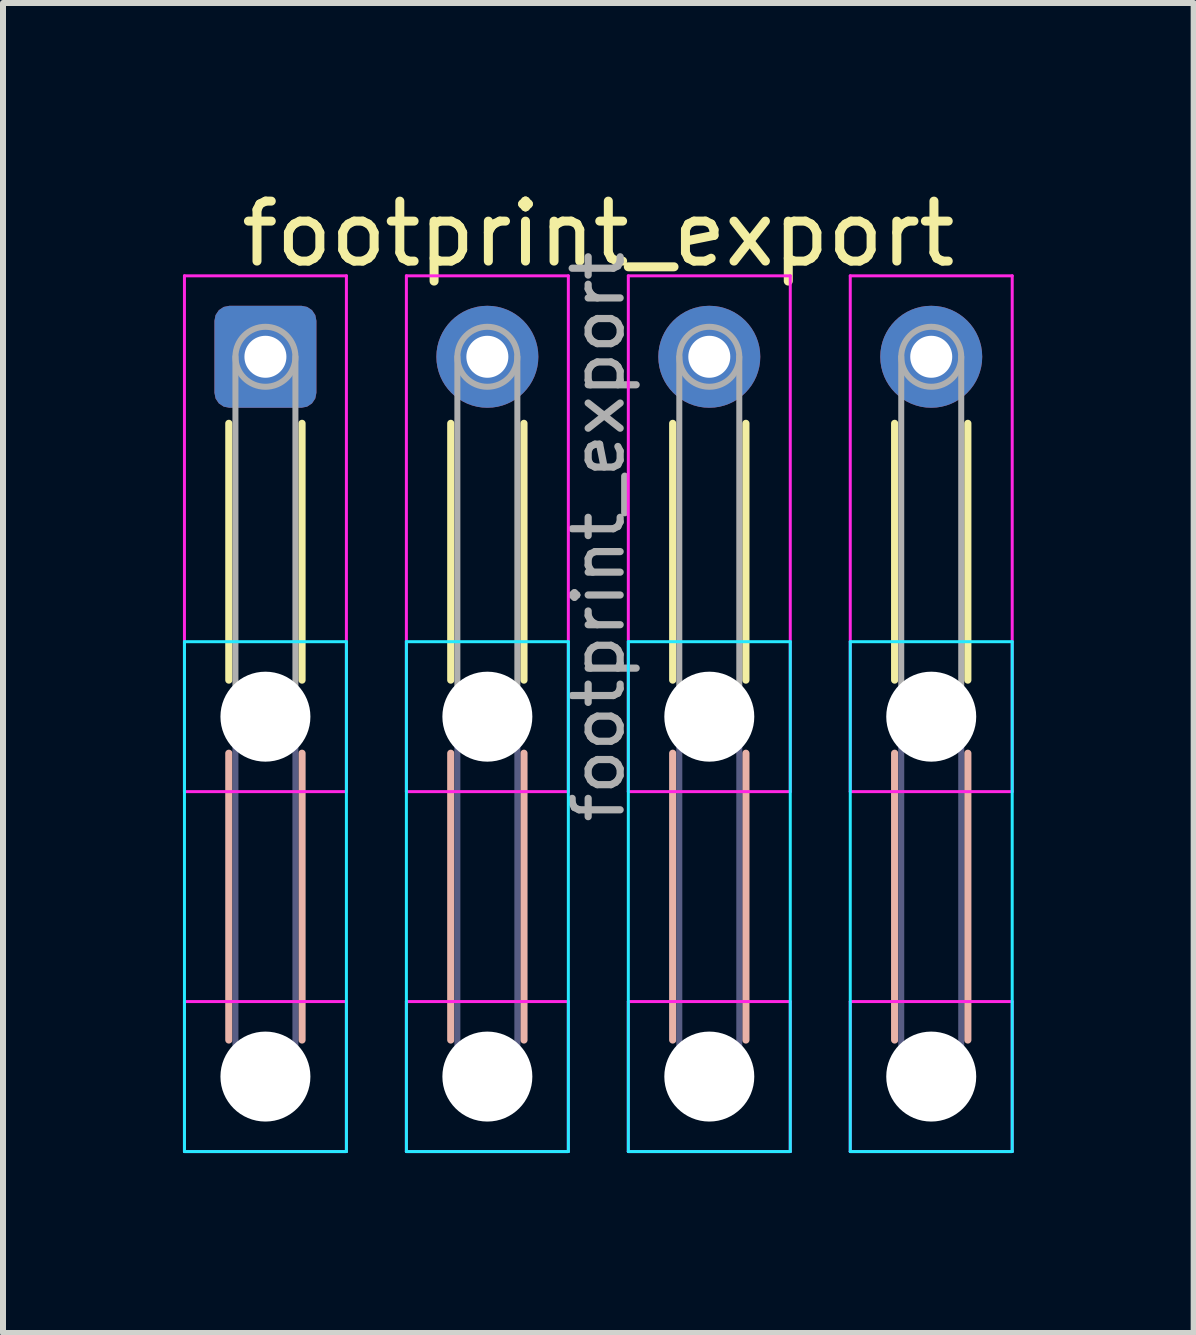
<source format=kicad_pcb>
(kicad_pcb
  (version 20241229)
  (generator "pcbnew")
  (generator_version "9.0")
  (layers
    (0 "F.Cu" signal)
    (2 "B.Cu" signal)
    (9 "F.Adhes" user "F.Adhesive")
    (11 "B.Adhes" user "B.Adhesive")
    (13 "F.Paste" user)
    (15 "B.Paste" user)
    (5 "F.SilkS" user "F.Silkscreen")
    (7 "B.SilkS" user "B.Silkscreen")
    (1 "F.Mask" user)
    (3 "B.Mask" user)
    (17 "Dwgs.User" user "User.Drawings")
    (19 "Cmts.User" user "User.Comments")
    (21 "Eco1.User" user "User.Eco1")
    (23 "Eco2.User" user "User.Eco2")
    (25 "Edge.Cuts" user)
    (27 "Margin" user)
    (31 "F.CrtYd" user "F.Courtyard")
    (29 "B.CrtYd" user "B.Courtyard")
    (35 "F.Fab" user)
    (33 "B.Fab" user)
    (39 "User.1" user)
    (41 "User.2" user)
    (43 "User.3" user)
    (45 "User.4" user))
  (footprint "footprint_export"
    (layer "F.Cu")
    (at 1.375 2.898)
    (property "Reference" "footprint_export" (at 5.55 -2.05 0) (layer "F.SilkS") (effects (font (size 1 1) (thickness 0.15))))
    (attr exclude_from_pos_files exclude_from_bom)
    (fp_line (start -0.61 1.11) (end -0.61 5.39) (stroke (width 0.12) (type solid)) (layer "F.SilkS"))
    (fp_line (start 0.61 1.11) (end 0.61 5.39) (stroke (width 0.12) (type solid)) (layer "F.SilkS"))
    (fp_line (start 3.09 1.11) (end 3.09 5.39) (stroke (width 0.12) (type solid)) (layer "F.SilkS"))
    (fp_line (start 4.31 1.11) (end 4.31 5.39) (stroke (width 0.12) (type solid)) (layer "F.SilkS"))
    (fp_line (start 6.79 1.11) (end 6.79 5.39) (stroke (width 0.12) (type solid)) (layer "F.SilkS"))
    (fp_line (start 8.01 1.11) (end 8.01 5.39) (stroke (width 0.12) (type solid)) (layer "F.SilkS"))
    (fp_line (start 10.49 1.11) (end 10.49 5.39) (stroke (width 0.12) (type solid)) (layer "F.SilkS"))
    (fp_line (start 11.71 1.11) (end 11.71 5.39) (stroke (width 0.12) (type solid)) (layer "F.SilkS"))
    (fp_line (start -0.61 6.61) (end -0.61 11.39) (stroke (width 0.12) (type solid)) (layer "B.SilkS"))
    (fp_line (start 0.61 6.61) (end 0.61 11.39) (stroke (width 0.12) (type solid)) (layer "B.SilkS"))
    (fp_line (start 3.09 6.61) (end 3.09 11.39) (stroke (width 0.12) (type solid)) (layer "B.SilkS"))
    (fp_line (start 4.31 6.61) (end 4.31 11.39) (stroke (width 0.12) (type solid)) (layer "B.SilkS"))
    (fp_line (start 6.79 6.61) (end 6.79 11.39) (stroke (width 0.12) (type solid)) (layer "B.SilkS"))
    (fp_line (start 8.01 6.61) (end 8.01 11.39) (stroke (width 0.12) (type solid)) (layer "B.SilkS"))
    (fp_line (start 10.49 6.61) (end 10.49 11.39) (stroke (width 0.12) (type solid)) (layer "B.SilkS"))
    (fp_line (start 11.71 6.61) (end 11.71 11.39) (stroke (width 0.12) (type solid)) (layer "B.SilkS"))
    (fp_line (start -1.35 4.75) (end -1.35 13.25) (stroke (width 0.05) (type solid)) (layer "B.CrtYd"))
    (fp_line (start -1.35 13.25) (end 1.35 13.25) (stroke (width 0.05) (type solid)) (layer "B.CrtYd"))
    (fp_line (start 1.35 4.75) (end -1.35 4.75) (stroke (width 0.05) (type solid)) (layer "B.CrtYd"))
    (fp_line (start 1.35 13.25) (end 1.35 4.75) (stroke (width 0.05) (type solid)) (layer "B.CrtYd"))
    (fp_line (start 2.35 4.75) (end 2.35 13.25) (stroke (width 0.05) (type solid)) (layer "B.CrtYd"))
    (fp_line (start 2.35 13.25) (end 5.05 13.25) (stroke (width 0.05) (type solid)) (layer "B.CrtYd"))
    (fp_line (start 5.05 4.75) (end 2.35 4.75) (stroke (width 0.05) (type solid)) (layer "B.CrtYd"))
    (fp_line (start 5.05 13.25) (end 5.05 4.75) (stroke (width 0.05) (type solid)) (layer "B.CrtYd"))
    (fp_line (start 6.05 4.75) (end 6.05 13.25) (stroke (width 0.05) (type solid)) (layer "B.CrtYd"))
    (fp_line (start 6.05 13.25) (end 8.75 13.25) (stroke (width 0.05) (type solid)) (layer "B.CrtYd"))
    (fp_line (start 8.75 4.75) (end 6.05 4.75) (stroke (width 0.05) (type solid)) (layer "B.CrtYd"))
    (fp_line (start 8.75 13.25) (end 8.75 4.75) (stroke (width 0.05) (type solid)) (layer "B.CrtYd"))
    (fp_line (start 9.75 4.75) (end 9.75 13.25) (stroke (width 0.05) (type solid)) (layer "B.CrtYd"))
    (fp_line (start 9.75 13.25) (end 12.45 13.25) (stroke (width 0.05) (type solid)) (layer "B.CrtYd"))
    (fp_line (start 12.45 4.75) (end 9.75 4.75) (stroke (width 0.05) (type solid)) (layer "B.CrtYd"))
    (fp_line (start 12.45 13.25) (end 12.45 4.75) (stroke (width 0.05) (type solid)) (layer "B.CrtYd"))
    (fp_line (start -1.35 -1.35) (end -1.35 7.25) (stroke (width 0.05) (type solid)) (layer "F.CrtYd"))
    (fp_line (start -1.35 7.25) (end 1.35 7.25) (stroke (width 0.05) (type solid)) (layer "F.CrtYd"))
    (fp_line (start -1.35 10.75) (end -1.35 13.25) (stroke (width 0.05) (type solid)) (layer "F.CrtYd"))
    (fp_line (start -1.35 13.25) (end 1.35 13.25) (stroke (width 0.05) (type solid)) (layer "F.CrtYd"))
    (fp_line (start 1.35 -1.35) (end -1.35 -1.35) (stroke (width 0.05) (type solid)) (layer "F.CrtYd"))
    (fp_line (start 1.35 7.25) (end 1.35 -1.35) (stroke (width 0.05) (type solid)) (layer "F.CrtYd"))
    (fp_line (start 1.35 10.75) (end -1.35 10.75) (stroke (width 0.05) (type solid)) (layer "F.CrtYd"))
    (fp_line (start 1.35 13.25) (end 1.35 10.75) (stroke (width 0.05) (type solid)) (layer "F.CrtYd"))
    (fp_line (start 2.35 -1.35) (end 2.35 7.25) (stroke (width 0.05) (type solid)) (layer "F.CrtYd"))
    (fp_line (start 2.35 7.25) (end 5.05 7.25) (stroke (width 0.05) (type solid)) (layer "F.CrtYd"))
    (fp_line (start 2.35 10.75) (end 2.35 13.25) (stroke (width 0.05) (type solid)) (layer "F.CrtYd"))
    (fp_line (start 2.35 13.25) (end 5.05 13.25) (stroke (width 0.05) (type solid)) (layer "F.CrtYd"))
    (fp_line (start 5.05 -1.35) (end 2.35 -1.35) (stroke (width 0.05) (type solid)) (layer "F.CrtYd"))
    (fp_line (start 5.05 7.25) (end 5.05 -1.35) (stroke (width 0.05) (type solid)) (layer "F.CrtYd"))
    (fp_line (start 5.05 10.75) (end 2.35 10.75) (stroke (width 0.05) (type solid)) (layer "F.CrtYd"))
    (fp_line (start 5.05 13.25) (end 5.05 10.75) (stroke (width 0.05) (type solid)) (layer "F.CrtYd"))
    (fp_line (start 6.05 -1.35) (end 6.05 7.25) (stroke (width 0.05) (type solid)) (layer "F.CrtYd"))
    (fp_line (start 6.05 7.25) (end 8.75 7.25) (stroke (width 0.05) (type solid)) (layer "F.CrtYd"))
    (fp_line (start 6.05 10.75) (end 6.05 13.25) (stroke (width 0.05) (type solid)) (layer "F.CrtYd"))
    (fp_line (start 6.05 13.25) (end 8.75 13.25) (stroke (width 0.05) (type solid)) (layer "F.CrtYd"))
    (fp_line (start 8.75 -1.35) (end 6.05 -1.35) (stroke (width 0.05) (type solid)) (layer "F.CrtYd"))
    (fp_line (start 8.75 7.25) (end 8.75 -1.35) (stroke (width 0.05) (type solid)) (layer "F.CrtYd"))
    (fp_line (start 8.75 10.75) (end 6.05 10.75) (stroke (width 0.05) (type solid)) (layer "F.CrtYd"))
    (fp_line (start 8.75 13.25) (end 8.75 10.75) (stroke (width 0.05) (type solid)) (layer "F.CrtYd"))
    (fp_line (start 9.75 -1.35) (end 9.75 7.25) (stroke (width 0.05) (type solid)) (layer "F.CrtYd"))
    (fp_line (start 9.75 7.25) (end 12.45 7.25) (stroke (width 0.05) (type solid)) (layer "F.CrtYd"))
    (fp_line (start 9.75 10.75) (end 9.75 13.25) (stroke (width 0.05) (type solid)) (layer "F.CrtYd"))
    (fp_line (start 9.75 13.25) (end 12.45 13.25) (stroke (width 0.05) (type solid)) (layer "F.CrtYd"))
    (fp_line (start 12.45 -1.35) (end 9.75 -1.35) (stroke (width 0.05) (type solid)) (layer "F.CrtYd"))
    (fp_line (start 12.45 7.25) (end 12.45 -1.35) (stroke (width 0.05) (type solid)) (layer "F.CrtYd"))
    (fp_line (start 12.45 10.75) (end 9.75 10.75) (stroke (width 0.05) (type solid)) (layer "F.CrtYd"))
    (fp_line (start 12.45 13.25) (end 12.45 10.75) (stroke (width 0.05) (type solid)) (layer "F.CrtYd"))
    (fp_line (start -0.5 6) (end -0.5 12) (stroke (width 0.1) (type solid)) (layer "B.Fab"))
    (fp_line (start 0.5 6) (end 0.5 12) (stroke (width 0.1) (type solid)) (layer "B.Fab"))
    (fp_line (start 3.2 6) (end 3.2 12) (stroke (width 0.1) (type solid)) (layer "B.Fab"))
    (fp_line (start 4.2 6) (end 4.2 12) (stroke (width 0.1) (type solid)) (layer "B.Fab"))
    (fp_line (start 6.9 6) (end 6.9 12) (stroke (width 0.1) (type solid)) (layer "B.Fab"))
    (fp_line (start 7.9 6) (end 7.9 12) (stroke (width 0.1) (type solid)) (layer "B.Fab"))
    (fp_line (start 10.6 6) (end 10.6 12) (stroke (width 0.1) (type solid)) (layer "B.Fab"))
    (fp_line (start 11.6 6) (end 11.6 12) (stroke (width 0.1) (type solid)) (layer "B.Fab"))
    (fp_circle (center 0 6) (end 0.5 6) (stroke (width 0.1) (type solid)) (fill no) (layer "B.Fab"))
    (fp_circle (center 0 12) (end 0.5 12) (stroke (width 0.1) (type solid)) (fill no) (layer "B.Fab"))
    (fp_circle (center 3.7 6) (end 4.2 6) (stroke (width 0.1) (type solid)) (fill no) (layer "B.Fab"))
    (fp_circle (center 3.7 12) (end 4.2 12) (stroke (width 0.1) (type solid)) (fill no) (layer "B.Fab"))
    (fp_circle (center 7.4 6) (end 7.9 6) (stroke (width 0.1) (type solid)) (fill no) (layer "B.Fab"))
    (fp_circle (center 7.4 12) (end 7.9 12) (stroke (width 0.1) (type solid)) (fill no) (layer "B.Fab"))
    (fp_circle (center 11.1 6) (end 11.6 6) (stroke (width 0.1) (type solid)) (fill no) (layer "B.Fab"))
    (fp_circle (center 11.1 12) (end 11.6 12) (stroke (width 0.1) (type solid)) (fill no) (layer "B.Fab"))
    (fp_line (start -0.5 0) (end -0.5 6) (stroke (width 0.1) (type solid)) (layer "F.Fab"))
    (fp_line (start 0.5 0) (end 0.5 6) (stroke (width 0.1) (type solid)) (layer "F.Fab"))
    (fp_line (start 3.2 0) (end 3.2 6) (stroke (width 0.1) (type solid)) (layer "F.Fab"))
    (fp_line (start 4.2 0) (end 4.2 6) (stroke (width 0.1) (type solid)) (layer "F.Fab"))
    (fp_line (start 6.9 0) (end 6.9 6) (stroke (width 0.1) (type solid)) (layer "F.Fab"))
    (fp_line (start 7.9 0) (end 7.9 6) (stroke (width 0.1) (type solid)) (layer "F.Fab"))
    (fp_line (start 10.6 0) (end 10.6 6) (stroke (width 0.1) (type solid)) (layer "F.Fab"))
    (fp_line (start 11.6 0) (end 11.6 6) (stroke (width 0.1) (type solid)) (layer "F.Fab"))
    (fp_circle (center 0 0) (end 0.5 0) (stroke (width 0.1) (type solid)) (fill no) (layer "F.Fab"))
    (fp_circle (center 0 6) (end 0.5 6) (stroke (width 0.1) (type solid)) (fill no) (layer "F.Fab"))
    (fp_circle (center 0 12) (end 0.5 12) (stroke (width 0.1) (type solid)) (fill no) (layer "F.Fab"))
    (fp_circle (center 3.7 0) (end 4.2 0) (stroke (width 0.1) (type solid)) (fill no) (layer "F.Fab"))
    (fp_circle (center 3.7 6) (end 4.2 6) (stroke (width 0.1) (type solid)) (fill no) (layer "F.Fab"))
    (fp_circle (center 3.7 12) (end 4.2 12) (stroke (width 0.1) (type solid)) (fill no) (layer "F.Fab"))
    (fp_circle (center 7.4 0) (end 7.9 0) (stroke (width 0.1) (type solid)) (fill no) (layer "F.Fab"))
    (fp_circle (center 7.4 6) (end 7.9 6) (stroke (width 0.1) (type solid)) (fill no) (layer "F.Fab"))
    (fp_circle (center 7.4 12) (end 7.9 12) (stroke (width 0.1) (type solid)) (fill no) (layer "F.Fab"))
    (fp_circle (center 11.1 0) (end 11.6 0) (stroke (width 0.1) (type solid)) (fill no) (layer "F.Fab"))
    (fp_circle (center 11.1 6) (end 11.6 6) (stroke (width 0.1) (type solid)) (fill no) (layer "F.Fab"))
    (fp_circle (center 11.1 12) (end 11.6 12) (stroke (width 0.1) (type solid)) (fill no) (layer "F.Fab"))
    (fp_text user "${REFERENCE}" (at 5.55 3 90) (layer "F.Fab") (effects (font (size 0.8 0.8) (thickness 0.12))))
    (pad "" np_thru_hole circle (at 0 6) (size 1.5 1.5) (drill 1.5) (layers "*.Cu" "*.Mask"))
    (pad "" np_thru_hole circle (at 0 12) (size 1.5 1.5) (drill 1.5) (layers "*.Cu" "*.Mask"))
    (pad "" np_thru_hole circle (at 3.7 6) (size 1.5 1.5) (drill 1.5) (layers "*.Cu" "*.Mask"))
    (pad "" np_thru_hole circle (at 3.7 12) (size 1.5 1.5) (drill 1.5) (layers "*.Cu" "*.Mask"))
    (pad "" np_thru_hole circle (at 7.4 6) (size 1.5 1.5) (drill 1.5) (layers "*.Cu" "*.Mask"))
    (pad "" np_thru_hole circle (at 7.4 12) (size 1.5 1.5) (drill 1.5) (layers "*.Cu" "*.Mask"))
    (pad "" np_thru_hole circle (at 11.1 6) (size 1.5 1.5) (drill 1.5) (layers "*.Cu" "*.Mask"))
    (pad "" np_thru_hole circle (at 11.1 12) (size 1.5 1.5) (drill 1.5) (layers "*.Cu" "*.Mask"))
    (pad "1" thru_hole roundrect (at 0 0) (size 1.7 1.7) (drill 0.7) (layers "*.Cu" "*.Mask") (roundrect_rratio 0.147))
    (pad "2" thru_hole circle (at 3.7 0) (size 1.7 1.7) (drill 0.7) (layers "*.Cu" "*.Mask"))
    (pad "3" thru_hole circle (at 7.4 0) (size 1.7 1.7) (drill 0.7) (layers "*.Cu" "*.Mask"))
    (pad "4" thru_hole circle (at 11.1 0) (size 1.7 1.7) (drill 0.7) (layers "*.Cu" "*.Mask")))
  (gr_rect
    (start -3 -3)
    (end 16.85 19.173)
    (stroke (width 0.1) (type default))
    (fill no)
    (layer "Edge.Cuts")))
</source>
